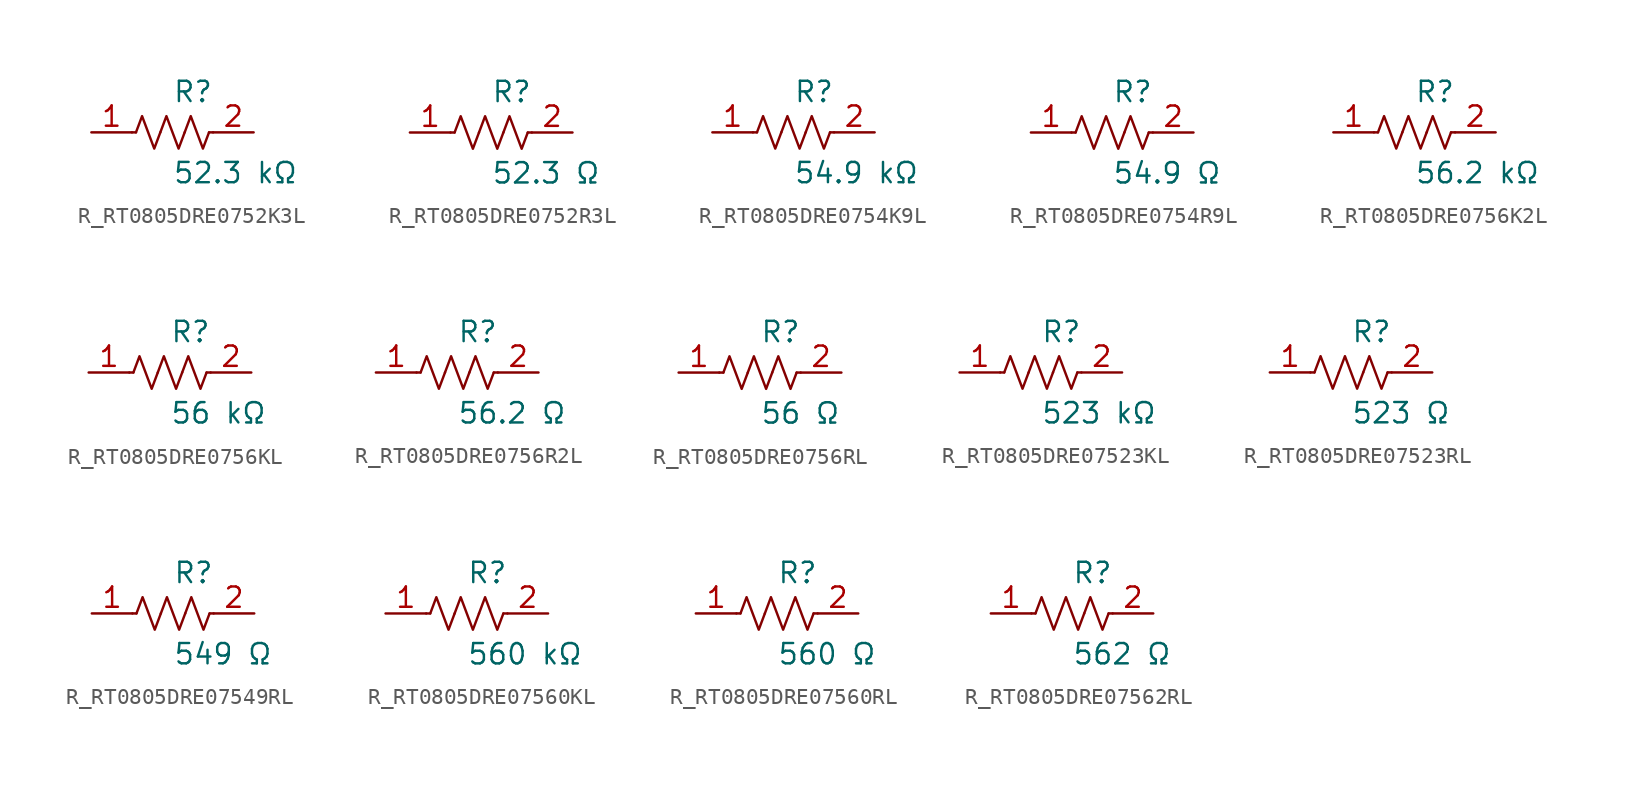
<source format=kicad_sym>
(kicad_symbol_lib
  (version 20231120)
  (generator kicad_symbol_editor)
  (generator_version 8.0)
  (symbol "R_RT0805DRE0752K3L"
    (pin_names
      (offset 0.254))
    (property "Reference" "R"
      (at 0 2.54 0)
      (effects (font (size 1.27 1.27)) (justify left)))
    (property "Value" "52.3 kΩ"
      (at 0 -2.54 0)
      (effects (font (size 1.27 1.27)) (justify left)))
    (symbol "R_RT0805DRE0752K3L_0_1"
      (polyline (pts (xy 2.286 0) (xy 2.54 0)) (stroke (width 0) (type default)) (fill (type none)))
      (polyline (pts (xy -2.286 0) (xy -2.54 0)) (stroke (width 0) (type default)) (fill (type none)))
      (polyline (pts (xy 0.762 0) (xy 1.143 1.016) (xy 1.524 0) (xy 1.905 -1.016) (xy 2.286 0)) (stroke (width 0) (type default)) (fill (type none)))
      (polyline (pts (xy -0.762 0) (xy -0.381 1.016) (xy 0 0) (xy 0.381 -1.016) (xy 0.762 0)) (stroke (width 0) (type default)) (fill (type none)))
      (polyline (pts (xy -2.286 0) (xy -1.905 1.016) (xy -1.524 0) (xy -1.143 -1.016) (xy -0.762 0)) (stroke (width 0) (type default)) (fill (type none))))
    (pin passive line
      (at -5.08 0 0)
      (length 2.54)
      (name "" (effects (font (size 1.27 1.27))))
      (number "1" (effects (font (size 1.27 1.27)))))
    (pin passive line
      (at 5.08 0 180)
      (length 2.54)
      (name "" (effects (font (size 1.27 1.27))))
      (number "2" (effects (font (size 1.27 1.27))))))
  (symbol "R_RT0805DRE0752R3L"
    (pin_names
      (offset 0.254))
    (property "Reference" "R"
      (at 0 2.54 0)
      (effects (font (size 1.27 1.27)) (justify left)))
    (property "Value" "52.3 Ω"
      (at 0 -2.54 0)
      (effects (font (size 1.27 1.27)) (justify left)))
    (symbol "R_RT0805DRE0752R3L_0_1"
      (polyline (pts (xy 2.286 0) (xy 2.54 0)) (stroke (width 0) (type default)) (fill (type none)))
      (polyline (pts (xy -2.286 0) (xy -2.54 0)) (stroke (width 0) (type default)) (fill (type none)))
      (polyline (pts (xy 0.762 0) (xy 1.143 1.016) (xy 1.524 0) (xy 1.905 -1.016) (xy 2.286 0)) (stroke (width 0) (type default)) (fill (type none)))
      (polyline (pts (xy -0.762 0) (xy -0.381 1.016) (xy 0 0) (xy 0.381 -1.016) (xy 0.762 0)) (stroke (width 0) (type default)) (fill (type none)))
      (polyline (pts (xy -2.286 0) (xy -1.905 1.016) (xy -1.524 0) (xy -1.143 -1.016) (xy -0.762 0)) (stroke (width 0) (type default)) (fill (type none))))
    (pin passive line
      (at -5.08 0 0)
      (length 2.54)
      (name "" (effects (font (size 1.27 1.27))))
      (number "1" (effects (font (size 1.27 1.27)))))
    (pin passive line
      (at 5.08 0 180)
      (length 2.54)
      (name "" (effects (font (size 1.27 1.27))))
      (number "2" (effects (font (size 1.27 1.27))))))
  (symbol "R_RT0805DRE0754K9L"
    (pin_names
      (offset 0.254))
    (property "Reference" "R"
      (at 0 2.54 0)
      (effects (font (size 1.27 1.27)) (justify left)))
    (property "Value" "54.9 kΩ"
      (at 0 -2.54 0)
      (effects (font (size 1.27 1.27)) (justify left)))
    (symbol "R_RT0805DRE0754K9L_0_1"
      (polyline (pts (xy 2.286 0) (xy 2.54 0)) (stroke (width 0) (type default)) (fill (type none)))
      (polyline (pts (xy -2.286 0) (xy -2.54 0)) (stroke (width 0) (type default)) (fill (type none)))
      (polyline (pts (xy 0.762 0) (xy 1.143 1.016) (xy 1.524 0) (xy 1.905 -1.016) (xy 2.286 0)) (stroke (width 0) (type default)) (fill (type none)))
      (polyline (pts (xy -0.762 0) (xy -0.381 1.016) (xy 0 0) (xy 0.381 -1.016) (xy 0.762 0)) (stroke (width 0) (type default)) (fill (type none)))
      (polyline (pts (xy -2.286 0) (xy -1.905 1.016) (xy -1.524 0) (xy -1.143 -1.016) (xy -0.762 0)) (stroke (width 0) (type default)) (fill (type none))))
    (pin passive line
      (at -5.08 0 0)
      (length 2.54)
      (name "" (effects (font (size 1.27 1.27))))
      (number "1" (effects (font (size 1.27 1.27)))))
    (pin passive line
      (at 5.08 0 180)
      (length 2.54)
      (name "" (effects (font (size 1.27 1.27))))
      (number "2" (effects (font (size 1.27 1.27))))))
  (symbol "R_RT0805DRE0754R9L"
    (pin_names
      (offset 0.254))
    (property "Reference" "R"
      (at 0 2.54 0)
      (effects (font (size 1.27 1.27)) (justify left)))
    (property "Value" "54.9 Ω"
      (at 0 -2.54 0)
      (effects (font (size 1.27 1.27)) (justify left)))
    (symbol "R_RT0805DRE0754R9L_0_1"
      (polyline (pts (xy 2.286 0) (xy 2.54 0)) (stroke (width 0) (type default)) (fill (type none)))
      (polyline (pts (xy -2.286 0) (xy -2.54 0)) (stroke (width 0) (type default)) (fill (type none)))
      (polyline (pts (xy 0.762 0) (xy 1.143 1.016) (xy 1.524 0) (xy 1.905 -1.016) (xy 2.286 0)) (stroke (width 0) (type default)) (fill (type none)))
      (polyline (pts (xy -0.762 0) (xy -0.381 1.016) (xy 0 0) (xy 0.381 -1.016) (xy 0.762 0)) (stroke (width 0) (type default)) (fill (type none)))
      (polyline (pts (xy -2.286 0) (xy -1.905 1.016) (xy -1.524 0) (xy -1.143 -1.016) (xy -0.762 0)) (stroke (width 0) (type default)) (fill (type none))))
    (pin passive line
      (at -5.08 0 0)
      (length 2.54)
      (name "" (effects (font (size 1.27 1.27))))
      (number "1" (effects (font (size 1.27 1.27)))))
    (pin passive line
      (at 5.08 0 180)
      (length 2.54)
      (name "" (effects (font (size 1.27 1.27))))
      (number "2" (effects (font (size 1.27 1.27))))))
  (symbol "R_RT0805DRE0756K2L"
    (pin_names
      (offset 0.254))
    (property "Reference" "R"
      (at 0 2.54 0)
      (effects (font (size 1.27 1.27)) (justify left)))
    (property "Value" "56.2 kΩ"
      (at 0 -2.54 0)
      (effects (font (size 1.27 1.27)) (justify left)))
    (symbol "R_RT0805DRE0756K2L_0_1"
      (polyline (pts (xy 2.286 0) (xy 2.54 0)) (stroke (width 0) (type default)) (fill (type none)))
      (polyline (pts (xy -2.286 0) (xy -2.54 0)) (stroke (width 0) (type default)) (fill (type none)))
      (polyline (pts (xy 0.762 0) (xy 1.143 1.016) (xy 1.524 0) (xy 1.905 -1.016) (xy 2.286 0)) (stroke (width 0) (type default)) (fill (type none)))
      (polyline (pts (xy -0.762 0) (xy -0.381 1.016) (xy 0 0) (xy 0.381 -1.016) (xy 0.762 0)) (stroke (width 0) (type default)) (fill (type none)))
      (polyline (pts (xy -2.286 0) (xy -1.905 1.016) (xy -1.524 0) (xy -1.143 -1.016) (xy -0.762 0)) (stroke (width 0) (type default)) (fill (type none))))
    (pin passive line
      (at -5.08 0 0)
      (length 2.54)
      (name "" (effects (font (size 1.27 1.27))))
      (number "1" (effects (font (size 1.27 1.27)))))
    (pin passive line
      (at 5.08 0 180)
      (length 2.54)
      (name "" (effects (font (size 1.27 1.27))))
      (number "2" (effects (font (size 1.27 1.27))))))
  (symbol "R_RT0805DRE0756KL"
    (pin_names
      (offset 0.254))
    (property "Reference" "R"
      (at 0 2.54 0)
      (effects (font (size 1.27 1.27)) (justify left)))
    (property "Value" "56 kΩ"
      (at 0 -2.54 0)
      (effects (font (size 1.27 1.27)) (justify left)))
    (symbol "R_RT0805DRE0756KL_0_1"
      (polyline (pts (xy 2.286 0) (xy 2.54 0)) (stroke (width 0) (type default)) (fill (type none)))
      (polyline (pts (xy -2.286 0) (xy -2.54 0)) (stroke (width 0) (type default)) (fill (type none)))
      (polyline (pts (xy 0.762 0) (xy 1.143 1.016) (xy 1.524 0) (xy 1.905 -1.016) (xy 2.286 0)) (stroke (width 0) (type default)) (fill (type none)))
      (polyline (pts (xy -0.762 0) (xy -0.381 1.016) (xy 0 0) (xy 0.381 -1.016) (xy 0.762 0)) (stroke (width 0) (type default)) (fill (type none)))
      (polyline (pts (xy -2.286 0) (xy -1.905 1.016) (xy -1.524 0) (xy -1.143 -1.016) (xy -0.762 0)) (stroke (width 0) (type default)) (fill (type none))))
    (pin passive line
      (at -5.08 0 0)
      (length 2.54)
      (name "" (effects (font (size 1.27 1.27))))
      (number "1" (effects (font (size 1.27 1.27)))))
    (pin passive line
      (at 5.08 0 180)
      (length 2.54)
      (name "" (effects (font (size 1.27 1.27))))
      (number "2" (effects (font (size 1.27 1.27))))))
  (symbol "R_RT0805DRE0756R2L"
    (pin_names
      (offset 0.254))
    (property "Reference" "R"
      (at 0 2.54 0)
      (effects (font (size 1.27 1.27)) (justify left)))
    (property "Value" "56.2 Ω"
      (at 0 -2.54 0)
      (effects (font (size 1.27 1.27)) (justify left)))
    (symbol "R_RT0805DRE0756R2L_0_1"
      (polyline (pts (xy 2.286 0) (xy 2.54 0)) (stroke (width 0) (type default)) (fill (type none)))
      (polyline (pts (xy -2.286 0) (xy -2.54 0)) (stroke (width 0) (type default)) (fill (type none)))
      (polyline (pts (xy 0.762 0) (xy 1.143 1.016) (xy 1.524 0) (xy 1.905 -1.016) (xy 2.286 0)) (stroke (width 0) (type default)) (fill (type none)))
      (polyline (pts (xy -0.762 0) (xy -0.381 1.016) (xy 0 0) (xy 0.381 -1.016) (xy 0.762 0)) (stroke (width 0) (type default)) (fill (type none)))
      (polyline (pts (xy -2.286 0) (xy -1.905 1.016) (xy -1.524 0) (xy -1.143 -1.016) (xy -0.762 0)) (stroke (width 0) (type default)) (fill (type none))))
    (pin passive line
      (at -5.08 0 0)
      (length 2.54)
      (name "" (effects (font (size 1.27 1.27))))
      (number "1" (effects (font (size 1.27 1.27)))))
    (pin passive line
      (at 5.08 0 180)
      (length 2.54)
      (name "" (effects (font (size 1.27 1.27))))
      (number "2" (effects (font (size 1.27 1.27))))))
  (symbol "R_RT0805DRE0756RL"
    (pin_names
      (offset 0.254))
    (property "Reference" "R"
      (at 0 2.54 0)
      (effects (font (size 1.27 1.27)) (justify left)))
    (property "Value" "56 Ω"
      (at 0 -2.54 0)
      (effects (font (size 1.27 1.27)) (justify left)))
    (symbol "R_RT0805DRE0756RL_0_1"
      (polyline (pts (xy 2.286 0) (xy 2.54 0)) (stroke (width 0) (type default)) (fill (type none)))
      (polyline (pts (xy -2.286 0) (xy -2.54 0)) (stroke (width 0) (type default)) (fill (type none)))
      (polyline (pts (xy 0.762 0) (xy 1.143 1.016) (xy 1.524 0) (xy 1.905 -1.016) (xy 2.286 0)) (stroke (width 0) (type default)) (fill (type none)))
      (polyline (pts (xy -0.762 0) (xy -0.381 1.016) (xy 0 0) (xy 0.381 -1.016) (xy 0.762 0)) (stroke (width 0) (type default)) (fill (type none)))
      (polyline (pts (xy -2.286 0) (xy -1.905 1.016) (xy -1.524 0) (xy -1.143 -1.016) (xy -0.762 0)) (stroke (width 0) (type default)) (fill (type none))))
    (pin passive line
      (at -5.08 0 0)
      (length 2.54)
      (name "" (effects (font (size 1.27 1.27))))
      (number "1" (effects (font (size 1.27 1.27)))))
    (pin passive line
      (at 5.08 0 180)
      (length 2.54)
      (name "" (effects (font (size 1.27 1.27))))
      (number "2" (effects (font (size 1.27 1.27))))))
  (symbol "R_RT0805DRE07523KL"
    (pin_names
      (offset 0.254))
    (property "Reference" "R"
      (at 0 2.54 0)
      (effects (font (size 1.27 1.27)) (justify left)))
    (property "Value" "523 kΩ"
      (at 0 -2.54 0)
      (effects (font (size 1.27 1.27)) (justify left)))
    (symbol "R_RT0805DRE07523KL_0_1"
      (polyline (pts (xy 2.286 0) (xy 2.54 0)) (stroke (width 0) (type default)) (fill (type none)))
      (polyline (pts (xy -2.286 0) (xy -2.54 0)) (stroke (width 0) (type default)) (fill (type none)))
      (polyline (pts (xy 0.762 0) (xy 1.143 1.016) (xy 1.524 0) (xy 1.905 -1.016) (xy 2.286 0)) (stroke (width 0) (type default)) (fill (type none)))
      (polyline (pts (xy -0.762 0) (xy -0.381 1.016) (xy 0 0) (xy 0.381 -1.016) (xy 0.762 0)) (stroke (width 0) (type default)) (fill (type none)))
      (polyline (pts (xy -2.286 0) (xy -1.905 1.016) (xy -1.524 0) (xy -1.143 -1.016) (xy -0.762 0)) (stroke (width 0) (type default)) (fill (type none))))
    (pin passive line
      (at -5.08 0 0)
      (length 2.54)
      (name "" (effects (font (size 1.27 1.27))))
      (number "1" (effects (font (size 1.27 1.27)))))
    (pin passive line
      (at 5.08 0 180)
      (length 2.54)
      (name "" (effects (font (size 1.27 1.27))))
      (number "2" (effects (font (size 1.27 1.27))))))
  (symbol "R_RT0805DRE07523RL"
    (pin_names
      (offset 0.254))
    (property "Reference" "R"
      (at 0 2.54 0)
      (effects (font (size 1.27 1.27)) (justify left)))
    (property "Value" "523 Ω"
      (at 0 -2.54 0)
      (effects (font (size 1.27 1.27)) (justify left)))
    (symbol "R_RT0805DRE07523RL_0_1"
      (polyline (pts (xy 2.286 0) (xy 2.54 0)) (stroke (width 0) (type default)) (fill (type none)))
      (polyline (pts (xy -2.286 0) (xy -2.54 0)) (stroke (width 0) (type default)) (fill (type none)))
      (polyline (pts (xy 0.762 0) (xy 1.143 1.016) (xy 1.524 0) (xy 1.905 -1.016) (xy 2.286 0)) (stroke (width 0) (type default)) (fill (type none)))
      (polyline (pts (xy -0.762 0) (xy -0.381 1.016) (xy 0 0) (xy 0.381 -1.016) (xy 0.762 0)) (stroke (width 0) (type default)) (fill (type none)))
      (polyline (pts (xy -2.286 0) (xy -1.905 1.016) (xy -1.524 0) (xy -1.143 -1.016) (xy -0.762 0)) (stroke (width 0) (type default)) (fill (type none))))
    (pin passive line
      (at -5.08 0 0)
      (length 2.54)
      (name "" (effects (font (size 1.27 1.27))))
      (number "1" (effects (font (size 1.27 1.27)))))
    (pin passive line
      (at 5.08 0 180)
      (length 2.54)
      (name "" (effects (font (size 1.27 1.27))))
      (number "2" (effects (font (size 1.27 1.27))))))
  (symbol "R_RT0805DRE07549RL"
    (pin_names
      (offset 0.254))
    (property "Reference" "R"
      (at 0 2.54 0)
      (effects (font (size 1.27 1.27)) (justify left)))
    (property "Value" "549 Ω"
      (at 0 -2.54 0)
      (effects (font (size 1.27 1.27)) (justify left)))
    (symbol "R_RT0805DRE07549RL_0_1"
      (polyline (pts (xy 2.286 0) (xy 2.54 0)) (stroke (width 0) (type default)) (fill (type none)))
      (polyline (pts (xy -2.286 0) (xy -2.54 0)) (stroke (width 0) (type default)) (fill (type none)))
      (polyline (pts (xy 0.762 0) (xy 1.143 1.016) (xy 1.524 0) (xy 1.905 -1.016) (xy 2.286 0)) (stroke (width 0) (type default)) (fill (type none)))
      (polyline (pts (xy -0.762 0) (xy -0.381 1.016) (xy 0 0) (xy 0.381 -1.016) (xy 0.762 0)) (stroke (width 0) (type default)) (fill (type none)))
      (polyline (pts (xy -2.286 0) (xy -1.905 1.016) (xy -1.524 0) (xy -1.143 -1.016) (xy -0.762 0)) (stroke (width 0) (type default)) (fill (type none))))
    (pin passive line
      (at -5.08 0 0)
      (length 2.54)
      (name "" (effects (font (size 1.27 1.27))))
      (number "1" (effects (font (size 1.27 1.27)))))
    (pin passive line
      (at 5.08 0 180)
      (length 2.54)
      (name "" (effects (font (size 1.27 1.27))))
      (number "2" (effects (font (size 1.27 1.27))))))
  (symbol "R_RT0805DRE07560KL"
    (pin_names
      (offset 0.254))
    (property "Reference" "R"
      (at 0 2.54 0)
      (effects (font (size 1.27 1.27)) (justify left)))
    (property "Value" "560 kΩ"
      (at 0 -2.54 0)
      (effects (font (size 1.27 1.27)) (justify left)))
    (symbol "R_RT0805DRE07560KL_0_1"
      (polyline (pts (xy 2.286 0) (xy 2.54 0)) (stroke (width 0) (type default)) (fill (type none)))
      (polyline (pts (xy -2.286 0) (xy -2.54 0)) (stroke (width 0) (type default)) (fill (type none)))
      (polyline (pts (xy 0.762 0) (xy 1.143 1.016) (xy 1.524 0) (xy 1.905 -1.016) (xy 2.286 0)) (stroke (width 0) (type default)) (fill (type none)))
      (polyline (pts (xy -0.762 0) (xy -0.381 1.016) (xy 0 0) (xy 0.381 -1.016) (xy 0.762 0)) (stroke (width 0) (type default)) (fill (type none)))
      (polyline (pts (xy -2.286 0) (xy -1.905 1.016) (xy -1.524 0) (xy -1.143 -1.016) (xy -0.762 0)) (stroke (width 0) (type default)) (fill (type none))))
    (pin passive line
      (at -5.08 0 0)
      (length 2.54)
      (name "" (effects (font (size 1.27 1.27))))
      (number "1" (effects (font (size 1.27 1.27)))))
    (pin passive line
      (at 5.08 0 180)
      (length 2.54)
      (name "" (effects (font (size 1.27 1.27))))
      (number "2" (effects (font (size 1.27 1.27))))))
  (symbol "R_RT0805DRE07560RL"
    (pin_names
      (offset 0.254))
    (property "Reference" "R"
      (at 0 2.54 0)
      (effects (font (size 1.27 1.27)) (justify left)))
    (property "Value" "560 Ω"
      (at 0 -2.54 0)
      (effects (font (size 1.27 1.27)) (justify left)))
    (symbol "R_RT0805DRE07560RL_0_1"
      (polyline (pts (xy 2.286 0) (xy 2.54 0)) (stroke (width 0) (type default)) (fill (type none)))
      (polyline (pts (xy -2.286 0) (xy -2.54 0)) (stroke (width 0) (type default)) (fill (type none)))
      (polyline (pts (xy 0.762 0) (xy 1.143 1.016) (xy 1.524 0) (xy 1.905 -1.016) (xy 2.286 0)) (stroke (width 0) (type default)) (fill (type none)))
      (polyline (pts (xy -0.762 0) (xy -0.381 1.016) (xy 0 0) (xy 0.381 -1.016) (xy 0.762 0)) (stroke (width 0) (type default)) (fill (type none)))
      (polyline (pts (xy -2.286 0) (xy -1.905 1.016) (xy -1.524 0) (xy -1.143 -1.016) (xy -0.762 0)) (stroke (width 0) (type default)) (fill (type none))))
    (pin passive line
      (at -5.08 0 0)
      (length 2.54)
      (name "" (effects (font (size 1.27 1.27))))
      (number "1" (effects (font (size 1.27 1.27)))))
    (pin passive line
      (at 5.08 0 180)
      (length 2.54)
      (name "" (effects (font (size 1.27 1.27))))
      (number "2" (effects (font (size 1.27 1.27))))))
  (symbol "R_RT0805DRE07562RL"
    (pin_names
      (offset 0.254))
    (property "Reference" "R"
      (at 0 2.54 0)
      (effects (font (size 1.27 1.27)) (justify left)))
    (property "Value" "562 Ω"
      (at 0 -2.54 0)
      (effects (font (size 1.27 1.27)) (justify left)))
    (symbol "R_RT0805DRE07562RL_0_1"
      (polyline (pts (xy 2.286 0) (xy 2.54 0)) (stroke (width 0) (type default)) (fill (type none)))
      (polyline (pts (xy -2.286 0) (xy -2.54 0)) (stroke (width 0) (type default)) (fill (type none)))
      (polyline (pts (xy 0.762 0) (xy 1.143 1.016) (xy 1.524 0) (xy 1.905 -1.016) (xy 2.286 0)) (stroke (width 0) (type default)) (fill (type none)))
      (polyline (pts (xy -0.762 0) (xy -0.381 1.016) (xy 0 0) (xy 0.381 -1.016) (xy 0.762 0)) (stroke (width 0) (type default)) (fill (type none)))
      (polyline (pts (xy -2.286 0) (xy -1.905 1.016) (xy -1.524 0) (xy -1.143 -1.016) (xy -0.762 0)) (stroke (width 0) (type default)) (fill (type none))))
    (pin passive line
      (at -5.08 0 0)
      (length 2.54)
      (name "" (effects (font (size 1.27 1.27))))
      (number "1" (effects (font (size 1.27 1.27)))))
    (pin passive line
      (at 5.08 0 180)
      (length 2.54)
      (name "" (effects (font (size 1.27 1.27))))
      (number "2" (effects (font (size 1.27 1.27)))))))
</source>
